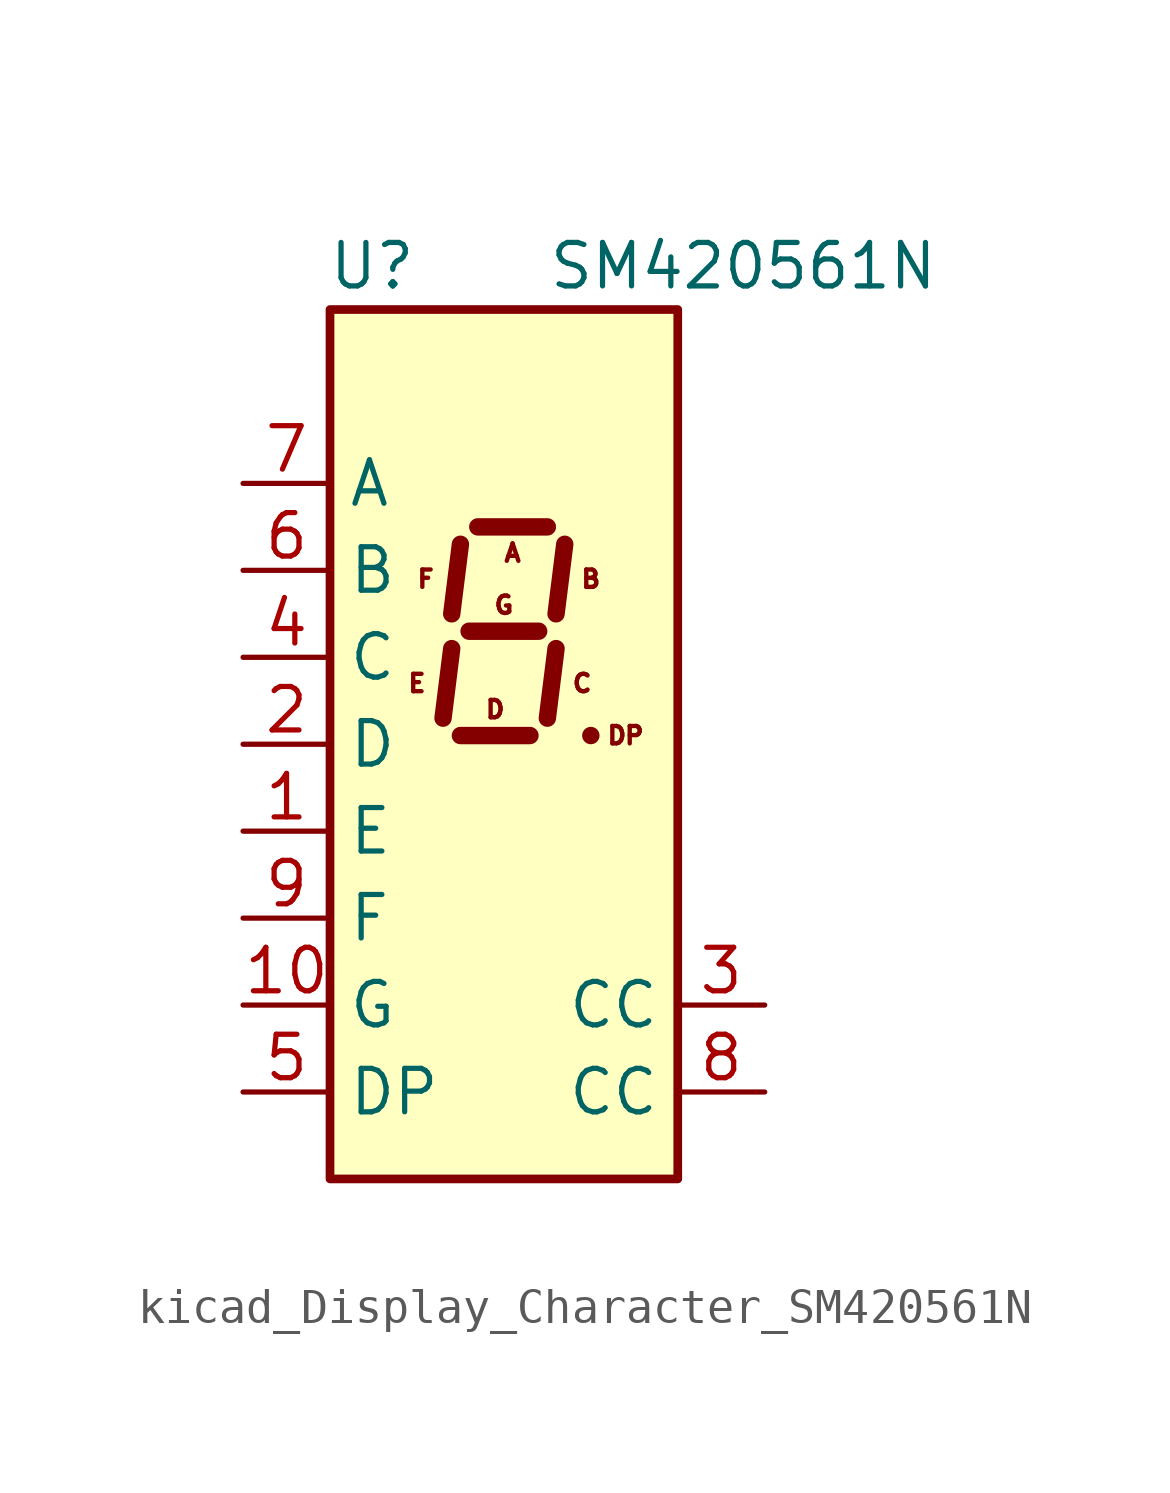
<source format=kicad_sym>
(kicad_symbol_lib
  (version 20220914)
  (generator kicad_symbol_editor)
  (symbol "kicad_Display_Character_SM420561N"
    (property "Reference" "U"
      (at -2.54 13.97 0)
      (effects (font (size 1.27 1.27)) (justify right)))
    (property "Value" "SM420561N"
      (at 1.27 13.97 0)
      (effects (font (size 1.27 1.27)) (justify left)))
    (symbol "kicad_Display_Character_SM420561N_0_0"
      (text "A" (at 0.254 5.588 0) (effects (font (size 0.508 0.508))))
      (text "B" (at 2.54 4.826 0) (effects (font (size 0.508 0.508))))
      (text "C" (at 2.286 1.778 0) (effects (font (size 0.508 0.508))))
      (text "D" (at -0.254 1.016 0) (effects (font (size 0.508 0.508))))
      (text "DP" (at 3.556 0.254 0) (effects (font (size 0.508 0.508))))
      (text "E" (at -2.54 1.778 0) (effects (font (size 0.508 0.508))))
      (text "F" (at -2.286 4.826 0) (effects (font (size 0.508 0.508))))
      (text "G" (at 0 4.064 0) (effects (font (size 0.508 0.508)))))
    (symbol "kicad_Display_Character_SM420561N_0_1"
      (rectangle (start -5.08 12.7) (end 5.08 -12.7) (stroke (width 0.254) (type default)) (fill (type background)))
      (polyline (pts (xy -1.524 2.794) (xy -1.778 0.762)) (stroke (width 0.508) (type default)) (fill (type none)))
      (polyline (pts (xy -1.27 0.254) (xy 0.762 0.254)) (stroke (width 0.508) (type default)) (fill (type none)))
      (polyline (pts (xy -1.27 5.842) (xy -1.524 3.81)) (stroke (width 0.508) (type default)) (fill (type none)))
      (polyline (pts (xy -1.016 3.302) (xy 1.016 3.302)) (stroke (width 0.508) (type default)) (fill (type none)))
      (polyline (pts (xy -0.762 6.35) (xy 1.27 6.35)) (stroke (width 0.508) (type default)) (fill (type none)))
      (polyline (pts (xy 1.524 2.794) (xy 1.27 0.762)) (stroke (width 0.508) (type default)) (fill (type none)))
      (polyline (pts (xy 1.778 5.842) (xy 1.524 3.81)) (stroke (width 0.508) (type default)) (fill (type none)))
      (polyline (pts (xy 2.54 0.254) (xy 2.54 0.254)) (stroke (width 0.508) (type default)) (fill (type none))))
    (symbol "kicad_Display_Character_SM420561N_1_1"
      (pin input line (at -7.62 -2.54 0) (length 2.54) (name "E" (effects (font (size 1.27 1.27)))) (number "1" (effects (font (size 1.27 1.27)))))
      (pin input line (at -7.62 -7.62 0) (length 2.54) (name "G" (effects (font (size 1.27 1.27)))) (number "10" (effects (font (size 1.27 1.27)))))
      (pin input line (at -7.62 0 0) (length 2.54) (name "D" (effects (font (size 1.27 1.27)))) (number "2" (effects (font (size 1.27 1.27)))))
      (pin input line (at 7.62 -7.62 180) (length 2.54) (name "CC" (effects (font (size 1.27 1.27)))) (number "3" (effects (font (size 1.27 1.27)))))
      (pin input line (at -7.62 2.54 0) (length 2.54) (name "C" (effects (font (size 1.27 1.27)))) (number "4" (effects (font (size 1.27 1.27)))))
      (pin input line (at -7.62 -10.16 0) (length 2.54) (name "DP" (effects (font (size 1.27 1.27)))) (number "5" (effects (font (size 1.27 1.27)))))
      (pin input line (at -7.62 5.08 0) (length 2.54) (name "B" (effects (font (size 1.27 1.27)))) (number "6" (effects (font (size 1.27 1.27)))))
      (pin input line (at -7.62 7.62 0) (length 2.54) (name "A" (effects (font (size 1.27 1.27)))) (number "7" (effects (font (size 1.27 1.27)))))
      (pin input line (at 7.62 -10.16 180) (length 2.54) (name "CC" (effects (font (size 1.27 1.27)))) (number "8" (effects (font (size 1.27 1.27)))))
      (pin input line (at -7.62 -5.08 0) (length 2.54) (name "F" (effects (font (size 1.27 1.27)))) (number "9" (effects (font (size 1.27 1.27))))))))
</source>
